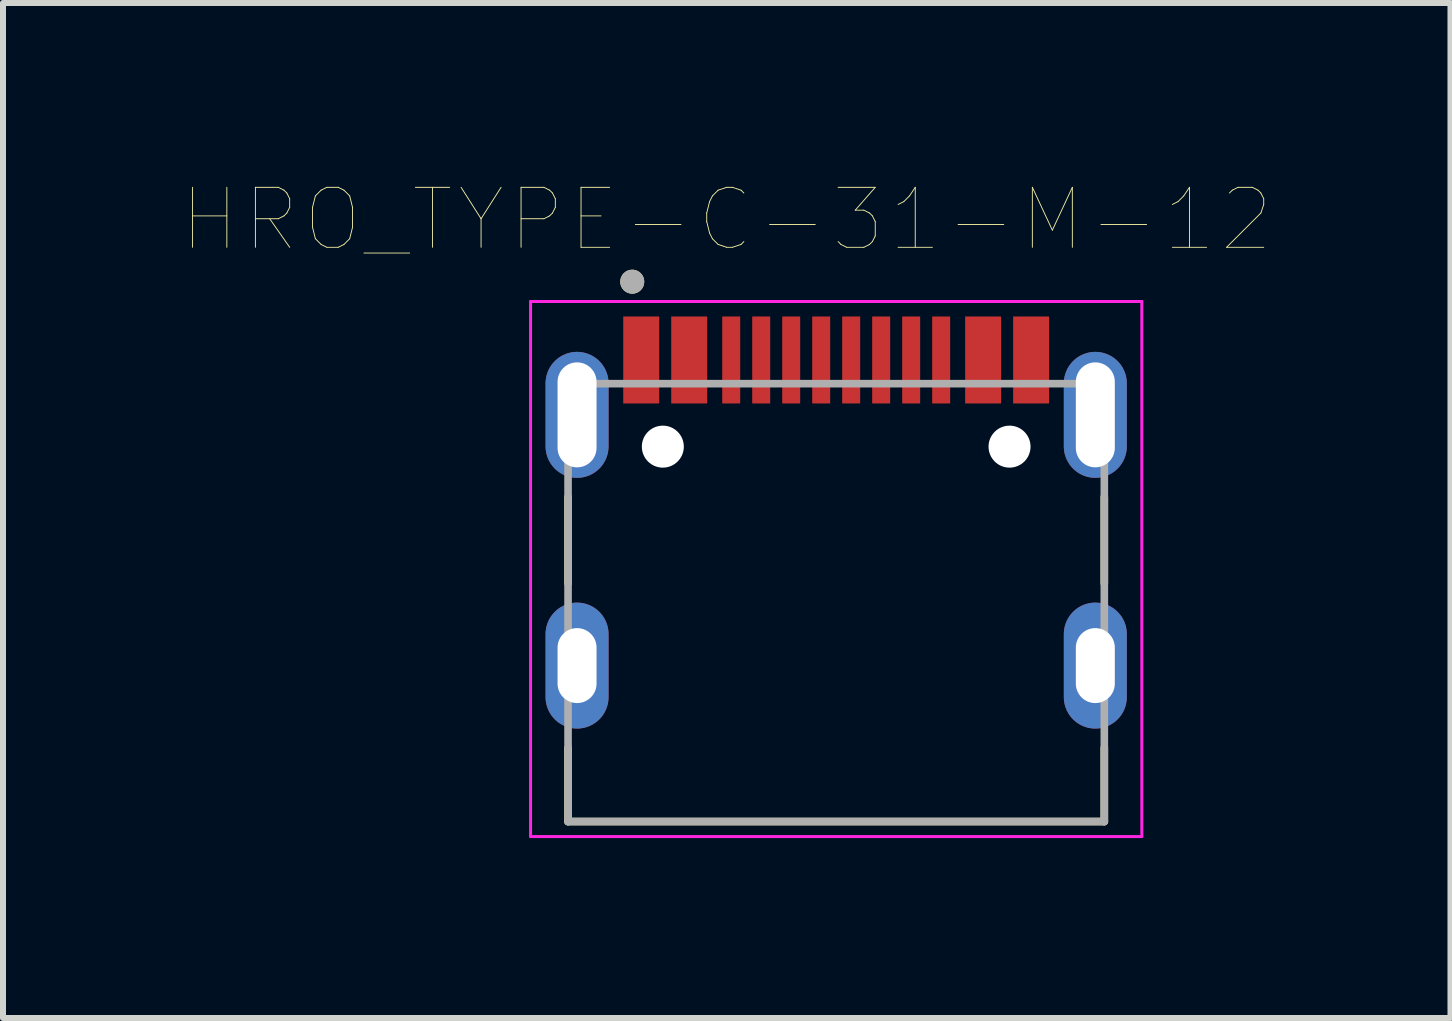
<source format=kicad_pcb>
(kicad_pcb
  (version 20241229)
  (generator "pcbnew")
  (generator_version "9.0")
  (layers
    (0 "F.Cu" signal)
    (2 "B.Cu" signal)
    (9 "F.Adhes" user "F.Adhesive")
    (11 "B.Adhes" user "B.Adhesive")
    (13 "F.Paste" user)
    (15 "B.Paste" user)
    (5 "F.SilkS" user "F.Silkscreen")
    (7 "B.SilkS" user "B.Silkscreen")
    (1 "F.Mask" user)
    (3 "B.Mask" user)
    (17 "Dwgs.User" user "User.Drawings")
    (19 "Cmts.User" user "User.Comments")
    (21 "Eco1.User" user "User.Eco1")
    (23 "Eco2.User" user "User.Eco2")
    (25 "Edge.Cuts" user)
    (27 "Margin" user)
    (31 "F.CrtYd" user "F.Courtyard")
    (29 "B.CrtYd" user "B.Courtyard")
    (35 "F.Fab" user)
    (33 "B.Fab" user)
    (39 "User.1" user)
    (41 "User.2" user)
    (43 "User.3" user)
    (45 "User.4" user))
  (footprint "HRO_TYPE-C-31-M-12"
    (layer "F.Cu")
    (at 10.89 8.046)
    (property "Reference" "HRO_TYPE-C-31-M-12" (at -1.825 -7.435 0) (layer "F.SilkS") (effects (font (size 1 1) (thickness 0.015))))
    (attr through_hole)
    (fp_line (start -4.47 -2.81) (end -4.47 -1.37) (stroke (width 0.127) (type solid)) (layer "F.SilkS"))
    (fp_line (start -4.47 2.6) (end -4.47 1.37) (stroke (width 0.127) (type solid)) (layer "F.SilkS"))
    (fp_line (start 4.47 -2.81) (end 4.47 -1.37) (stroke (width 0.127) (type solid)) (layer "F.SilkS"))
    (fp_line (start 4.47 1.37) (end 4.47 2.6) (stroke (width 0.127) (type solid)) (layer "F.SilkS"))
    (fp_line (start 4.47 2.6) (end -4.47 2.6) (stroke (width 0.127) (type solid)) (layer "F.SilkS"))
    (fp_circle (center -3.4 -6.4) (end -3.3 -6.4) (stroke (width 0.2) (type solid)) (fill no) (layer "F.SilkS"))
    (fp_line (start -5.095 -6.07) (end -5.095 2.85) (stroke (width 0.05) (type solid)) (layer "F.CrtYd"))
    (fp_line (start -5.095 2.85) (end 5.095 2.85) (stroke (width 0.05) (type solid)) (layer "F.CrtYd"))
    (fp_line (start 5.095 -6.07) (end -5.095 -6.07) (stroke (width 0.05) (type solid)) (layer "F.CrtYd"))
    (fp_line (start 5.095 2.85) (end 5.095 -6.07) (stroke (width 0.05) (type solid)) (layer "F.CrtYd"))
    (fp_line (start -4.47 -4.7) (end -4.47 2.6) (stroke (width 0.127) (type solid)) (layer "F.Fab"))
    (fp_line (start -4.47 2.6) (end 4.47 2.6) (stroke (width 0.127) (type solid)) (layer "F.Fab"))
    (fp_line (start 4.47 -4.7) (end -4.47 -4.7) (stroke (width 0.127) (type solid)) (layer "F.Fab"))
    (fp_line (start 4.47 2.6) (end 4.47 -4.7) (stroke (width 0.127) (type solid)) (layer "F.Fab"))
    (fp_circle (center -3.4 -6.4) (end -3.3 -6.4) (stroke (width 0.2) (type solid)) (fill no) (layer "F.Fab"))
    (pad "" np_thru_hole circle (at -2.89 -3.65) (size 0.7 0.7) (drill 0.7) (layers "*.Cu" "*.Mask"))
    (pad "" np_thru_hole circle (at 2.89 -3.65) (size 0.7 0.7) (drill 0.7) (layers "*.Cu" "*.Mask"))
    (pad "A1B12" smd rect (at -3.25 -5.095) (size 0.6 1.45) (layers "F.Cu" "F.Mask" "F.Paste"))
    (pad "A4B9" smd rect (at -2.45 -5.095) (size 0.6 1.45) (layers "F.Cu" "F.Mask" "F.Paste"))
    (pad "A5" smd rect (at -1.25 -5.095) (size 0.3 1.45) (layers "F.Cu" "F.Mask" "F.Paste"))
    (pad "A6" smd rect (at -0.25 -5.095) (size 0.3 1.45) (layers "F.Cu" "F.Mask" "F.Paste"))
    (pad "A7" smd rect (at 0.25 -5.095) (size 0.3 1.45) (layers "F.Cu" "F.Mask" "F.Paste"))
    (pad "A8" smd rect (at 1.25 -5.095) (size 0.3 1.45) (layers "F.Cu" "F.Mask" "F.Paste"))
    (pad "B1A12" smd rect (at 3.25 -5.095) (size 0.6 1.45) (layers "F.Cu" "F.Mask" "F.Paste"))
    (pad "B4A9" smd rect (at 2.45 -5.095) (size 0.6 1.45) (layers "F.Cu" "F.Mask" "F.Paste"))
    (pad "B5" smd rect (at 1.75 -5.095) (size 0.3 1.45) (layers "F.Cu" "F.Mask" "F.Paste"))
    (pad "B6" smd rect (at 0.75 -5.095) (size 0.3 1.45) (layers "F.Cu" "F.Mask" "F.Paste"))
    (pad "B7" smd rect (at -0.75 -5.095) (size 0.3 1.45) (layers "F.Cu" "F.Mask" "F.Paste"))
    (pad "B8" smd rect (at -1.75 -5.095) (size 0.3 1.45) (layers "F.Cu" "F.Mask" "F.Paste"))
    (pad "S1" thru_hole oval (at -4.32 -4.18) (size 1.05 2.1) (drill oval 0.65 1.75) (layers "*.Cu" "*.Mask"))
    (pad "S1" thru_hole oval (at -4.32 0) (size 1.05 2.1) (drill oval 0.65 1.25) (layers "*.Cu" "*.Mask"))
    (pad "S1" thru_hole oval (at 4.32 -4.18) (size 1.05 2.1) (drill oval 0.65 1.75) (layers "*.Cu" "*.Mask"))
    (pad "S1" thru_hole oval (at 4.32 0) (size 1.05 2.1) (drill oval 0.65 1.25) (layers "*.Cu" "*.Mask")))
  (gr_rect
    (start -3 -3)
    (end 21.131 13.921)
    (stroke (width 0.1) (type default))
    (fill no)
    (layer "Edge.Cuts")))
</source>
